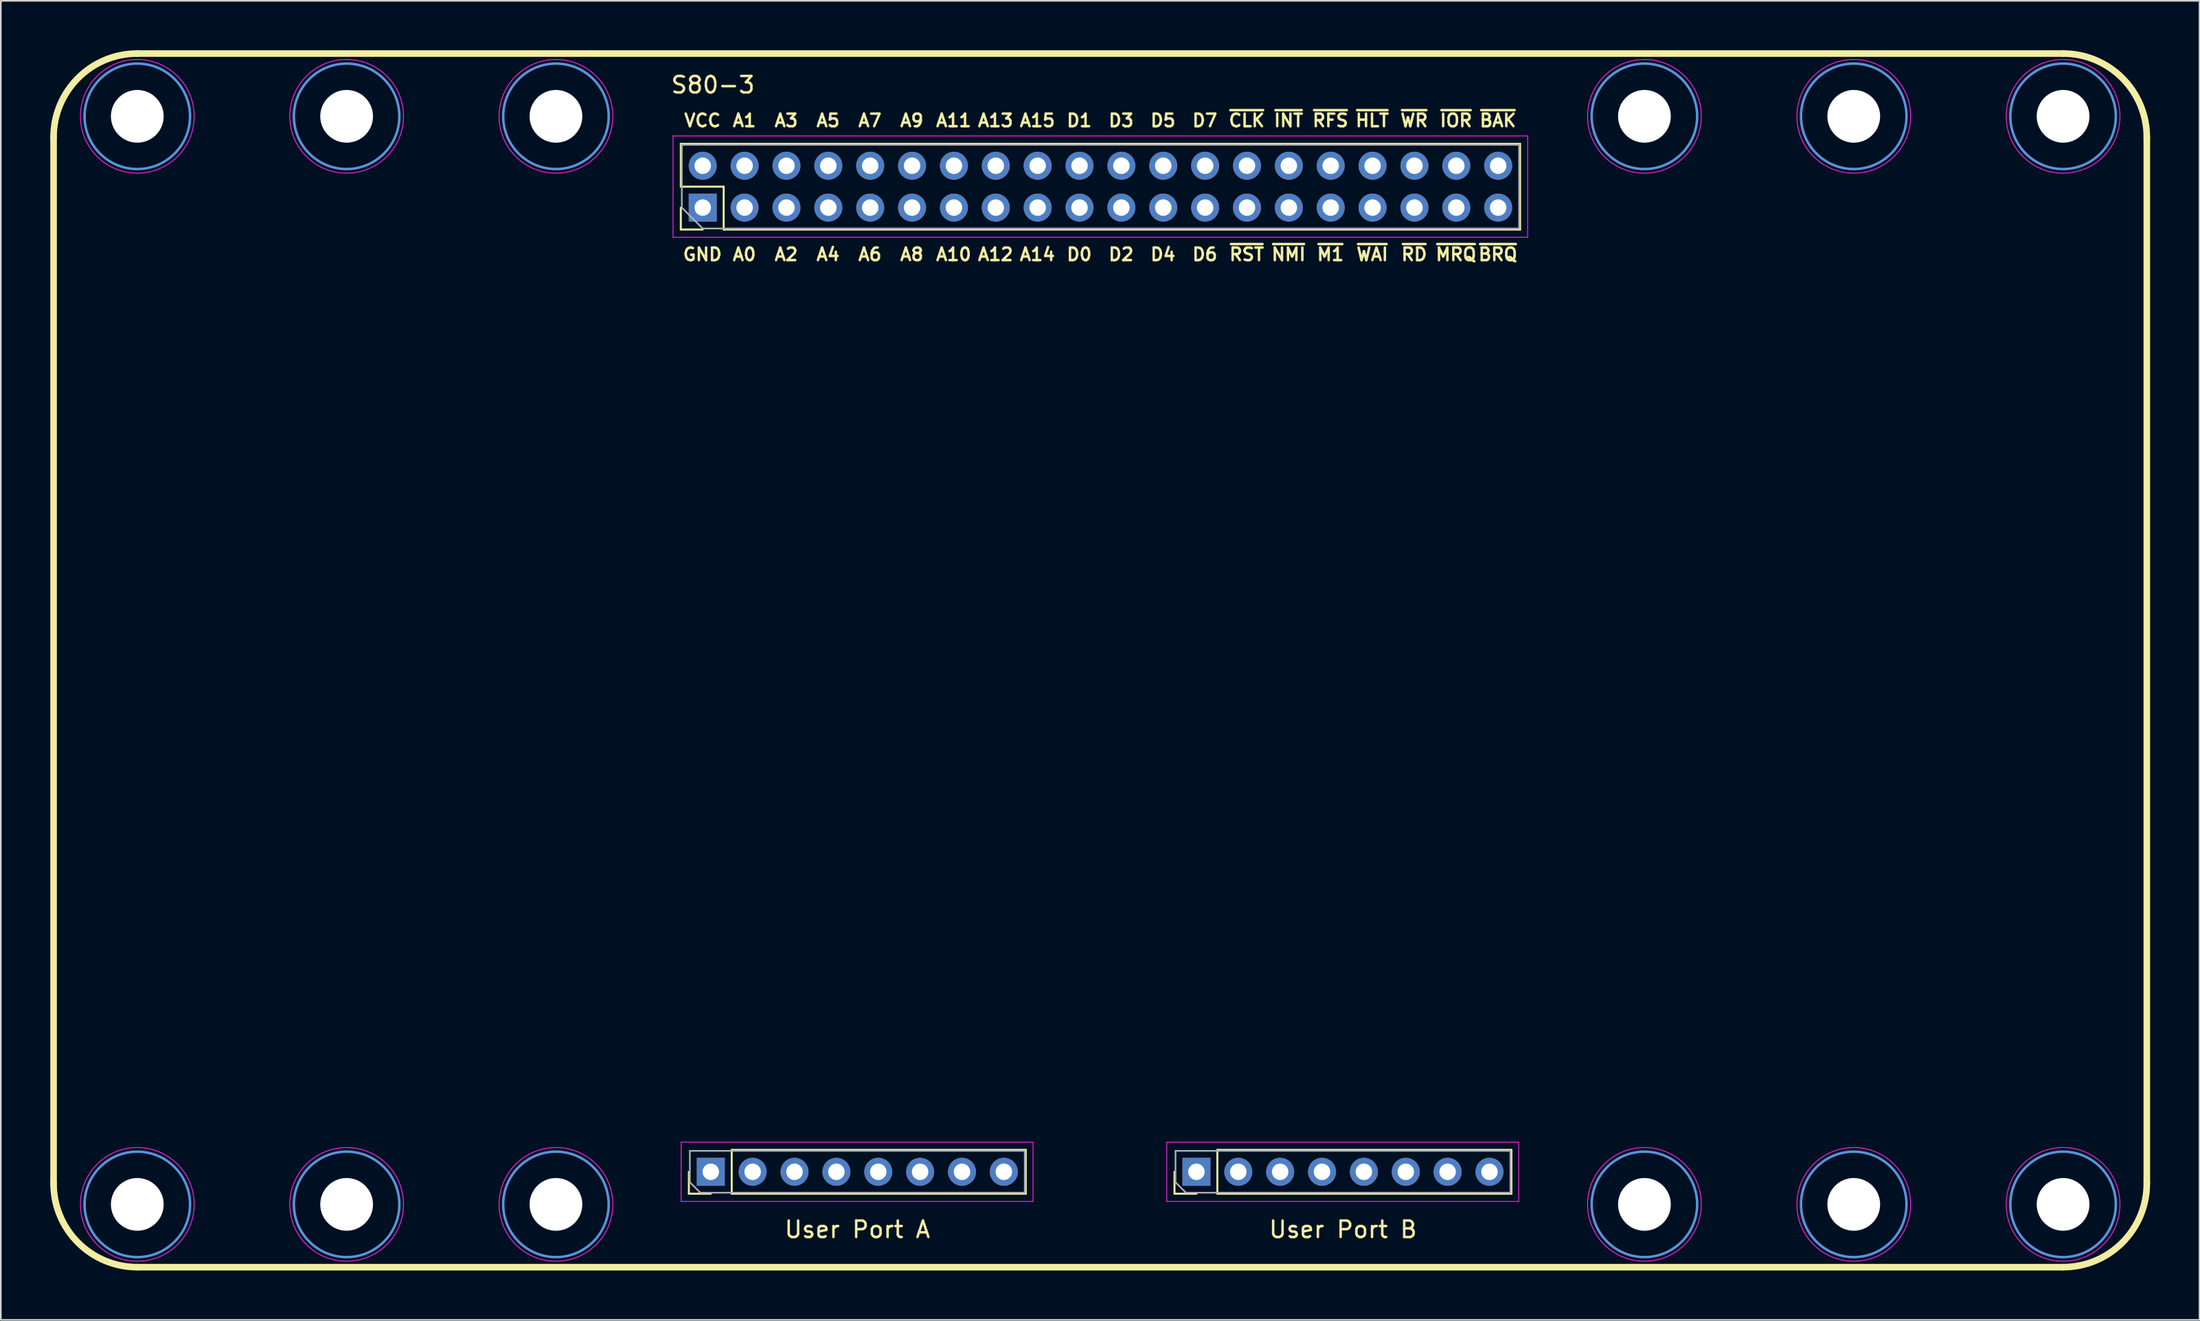
<source format=kicad_pcb>
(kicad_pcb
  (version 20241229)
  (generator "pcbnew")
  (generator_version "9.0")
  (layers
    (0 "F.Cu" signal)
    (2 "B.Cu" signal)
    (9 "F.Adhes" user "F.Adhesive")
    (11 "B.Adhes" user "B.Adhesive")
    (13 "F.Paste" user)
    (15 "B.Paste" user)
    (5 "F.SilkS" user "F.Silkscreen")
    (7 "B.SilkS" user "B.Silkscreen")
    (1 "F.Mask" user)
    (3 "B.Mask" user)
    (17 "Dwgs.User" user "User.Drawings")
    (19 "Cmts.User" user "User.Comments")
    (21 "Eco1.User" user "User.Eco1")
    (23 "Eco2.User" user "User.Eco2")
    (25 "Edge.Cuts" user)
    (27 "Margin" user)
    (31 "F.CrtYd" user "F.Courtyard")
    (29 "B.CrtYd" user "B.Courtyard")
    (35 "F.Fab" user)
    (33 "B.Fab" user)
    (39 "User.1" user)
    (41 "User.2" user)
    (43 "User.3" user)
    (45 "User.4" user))
  (footprint "S80-3"
    (layer "F.Cu")
    (at 63.7 37.03)
    (property "Reference" "S80-3" (at -23.495 -34.925 0) (layer "F.SilkS") (effects (font (size 1 1) (thickness 0.15))))
    (attr through_hole)
    (fp_line (start -63.5 -31.75) (end -63.5 31.75) (stroke (width 0.4) (type solid)) (layer "F.SilkS"))
    (fp_line (start -58.42 -36.83) (end 58.42 -36.83) (stroke (width 0.4) (type solid)) (layer "F.SilkS"))
    (fp_line (start -58.42 36.83) (end 58.42 36.83) (stroke (width 0.4) (type solid)) (layer "F.SilkS"))
    (fp_line (start -25.444 -31.35) (end 25.476 -31.35) (stroke (width 0.12) (type solid)) (layer "F.SilkS"))
    (fp_line (start -25.444 -28.75) (end -25.444 -31.35) (stroke (width 0.12) (type solid)) (layer "F.SilkS"))
    (fp_line (start -25.444 -26.15) (end -25.444 -27.48) (stroke (width 0.12) (type solid)) (layer "F.SilkS"))
    (fp_line (start -24.955 32.372) (end -24.955 31.042) (stroke (width 0.12) (type solid)) (layer "F.SilkS"))
    (fp_line (start -24.114 -26.15) (end -25.444 -26.15) (stroke (width 0.12) (type solid)) (layer "F.SilkS"))
    (fp_line (start -23.625 32.372) (end -24.955 32.372) (stroke (width 0.12) (type solid)) (layer "F.SilkS"))
    (fp_line (start -22.844 -28.75) (end -25.444 -28.75) (stroke (width 0.12) (type solid)) (layer "F.SilkS"))
    (fp_line (start -22.844 -26.15) (end -22.844 -28.75) (stroke (width 0.12) (type solid)) (layer "F.SilkS"))
    (fp_line (start -22.844 -26.15) (end 25.476 -26.15) (stroke (width 0.12) (type solid)) (layer "F.SilkS"))
    (fp_line (start -22.355 29.712) (end -4.515 29.712) (stroke (width 0.12) (type solid)) (layer "F.SilkS"))
    (fp_line (start -22.355 32.372) (end -22.355 29.712) (stroke (width 0.12) (type solid)) (layer "F.SilkS"))
    (fp_line (start -22.355 32.372) (end -4.515 32.372) (stroke (width 0.12) (type solid)) (layer "F.SilkS"))
    (fp_line (start -4.515 32.372) (end -4.515 29.712) (stroke (width 0.12) (type solid)) (layer "F.SilkS"))
    (fp_line (start 4.509 32.372) (end 4.509 31.042) (stroke (width 0.12) (type solid)) (layer "F.SilkS"))
    (fp_line (start 5.839 32.372) (end 4.509 32.372) (stroke (width 0.12) (type solid)) (layer "F.SilkS"))
    (fp_line (start 7.109 29.712) (end 24.949 29.712) (stroke (width 0.12) (type solid)) (layer "F.SilkS"))
    (fp_line (start 7.109 32.372) (end 7.109 29.712) (stroke (width 0.12) (type solid)) (layer "F.SilkS"))
    (fp_line (start 7.109 32.372) (end 24.949 32.372) (stroke (width 0.12) (type solid)) (layer "F.SilkS"))
    (fp_line (start 24.949 32.372) (end 24.949 29.712) (stroke (width 0.12) (type solid)) (layer "F.SilkS"))
    (fp_line (start 25.476 -26.15) (end 25.476 -31.35) (stroke (width 0.12) (type solid)) (layer "F.SilkS"))
    (fp_line (start 63.5 -31.75) (end 63.5 31.75) (stroke (width 0.4) (type solid)) (layer "F.SilkS"))
    (fp_arc (start -63.5 -31.75) (mid -62.012102 -35.342102) (end -58.42 -36.83) (stroke (width 0.4) (type solid)) (layer "F.SilkS"))
    (fp_arc (start -58.42 36.83) (mid -62.012102 35.342102) (end -63.5 31.75) (stroke (width 0.4) (type solid)) (layer "F.SilkS"))
    (fp_arc (start 58.42 -36.83) (mid 62.012102 -35.342102) (end 63.5 -31.75) (stroke (width 0.4) (type solid)) (layer "F.SilkS"))
    (fp_arc (start 63.5 31.75) (mid 62.012102 35.342102) (end 58.42 36.83) (stroke (width 0.4) (type solid)) (layer "F.SilkS"))
    (fp_circle (center -58.42 -33.02) (end -55.22 -33.02) (stroke (width 0.15) (type solid)) (fill no) (layer "Cmts.User"))
    (fp_circle (center -58.42 33.02) (end -55.22 33.02) (stroke (width 0.15) (type solid)) (fill no) (layer "Cmts.User"))
    (fp_circle (center -45.72 -33.02) (end -42.52 -33.02) (stroke (width 0.15) (type solid)) (fill no) (layer "Cmts.User"))
    (fp_circle (center -45.72 33.02) (end -42.52 33.02) (stroke (width 0.15) (type solid)) (fill no) (layer "Cmts.User"))
    (fp_circle (center -33.02 -33.02) (end -29.82 -33.02) (stroke (width 0.15) (type solid)) (fill no) (layer "Cmts.User"))
    (fp_circle (center -33.02 33.02) (end -29.82 33.02) (stroke (width 0.15) (type solid)) (fill no) (layer "Cmts.User"))
    (fp_circle (center 33.02 -33.02) (end 36.22 -33.02) (stroke (width 0.15) (type solid)) (fill no) (layer "Cmts.User"))
    (fp_circle (center 33.02 33.02) (end 36.22 33.02) (stroke (width 0.15) (type solid)) (fill no) (layer "Cmts.User"))
    (fp_circle (center 45.72 -33.02) (end 48.92 -33.02) (stroke (width 0.15) (type solid)) (fill no) (layer "Cmts.User"))
    (fp_circle (center 45.72 33.02) (end 48.92 33.02) (stroke (width 0.15) (type solid)) (fill no) (layer "Cmts.User"))
    (fp_circle (center 58.42 -33.02) (end 61.62 -33.02) (stroke (width 0.15) (type solid)) (fill no) (layer "Cmts.User"))
    (fp_circle (center 58.42 33.02) (end 61.62 33.02) (stroke (width 0.15) (type solid)) (fill no) (layer "Cmts.User"))
    (fp_line (start -25.914 -31.83) (end -25.914 -25.68) (stroke (width 0.05) (type solid)) (layer "F.CrtYd"))
    (fp_line (start -25.914 -25.68) (end 25.936 -25.68) (stroke (width 0.05) (type solid)) (layer "F.CrtYd"))
    (fp_line (start -25.425 29.242) (end -25.425 32.842) (stroke (width 0.05) (type solid)) (layer "F.CrtYd"))
    (fp_line (start -25.425 32.842) (end -4.075 32.842) (stroke (width 0.05) (type solid)) (layer "F.CrtYd"))
    (fp_line (start -4.075 29.242) (end -25.425 29.242) (stroke (width 0.05) (type solid)) (layer "F.CrtYd"))
    (fp_line (start -4.075 32.842) (end -4.075 29.242) (stroke (width 0.05) (type solid)) (layer "F.CrtYd"))
    (fp_line (start 4.039 29.242) (end 4.039 32.842) (stroke (width 0.05) (type solid)) (layer "F.CrtYd"))
    (fp_line (start 4.039 32.842) (end 25.389 32.842) (stroke (width 0.05) (type solid)) (layer "F.CrtYd"))
    (fp_line (start 25.389 29.242) (end 4.039 29.242) (stroke (width 0.05) (type solid)) (layer "F.CrtYd"))
    (fp_line (start 25.389 32.842) (end 25.389 29.242) (stroke (width 0.05) (type solid)) (layer "F.CrtYd"))
    (fp_line (start 25.936 -31.83) (end -25.914 -31.83) (stroke (width 0.05) (type solid)) (layer "F.CrtYd"))
    (fp_line (start 25.936 -25.68) (end 25.936 -31.83) (stroke (width 0.05) (type solid)) (layer "F.CrtYd"))
    (fp_circle (center -58.42 -33.02) (end -54.97 -33.02) (stroke (width 0.05) (type solid)) (fill no) (layer "F.CrtYd"))
    (fp_circle (center -58.42 33.02) (end -54.97 33.02) (stroke (width 0.05) (type solid)) (fill no) (layer "F.CrtYd"))
    (fp_circle (center -45.72 -33.02) (end -42.27 -33.02) (stroke (width 0.05) (type solid)) (fill no) (layer "F.CrtYd"))
    (fp_circle (center -45.72 33.02) (end -42.27 33.02) (stroke (width 0.05) (type solid)) (fill no) (layer "F.CrtYd"))
    (fp_circle (center -33.02 -33.02) (end -29.57 -33.02) (stroke (width 0.05) (type solid)) (fill no) (layer "F.CrtYd"))
    (fp_circle (center -33.02 33.02) (end -29.57 33.02) (stroke (width 0.05) (type solid)) (fill no) (layer "F.CrtYd"))
    (fp_circle (center 33.02 -33.02) (end 36.47 -33.02) (stroke (width 0.05) (type solid)) (fill no) (layer "F.CrtYd"))
    (fp_circle (center 33.02 33.02) (end 36.47 33.02) (stroke (width 0.05) (type solid)) (fill no) (layer "F.CrtYd"))
    (fp_circle (center 45.72 -33.02) (end 49.17 -33.02) (stroke (width 0.05) (type solid)) (fill no) (layer "F.CrtYd"))
    (fp_circle (center 45.72 33.02) (end 49.17 33.02) (stroke (width 0.05) (type solid)) (fill no) (layer "F.CrtYd"))
    (fp_circle (center 58.42 -33.02) (end 61.87 -33.02) (stroke (width 0.05) (type solid)) (fill no) (layer "F.CrtYd"))
    (fp_circle (center 58.42 33.02) (end 61.87 33.02) (stroke (width 0.05) (type solid)) (fill no) (layer "F.CrtYd"))
    (fp_line (start -25.384 -31.29) (end 25.416 -31.29) (stroke (width 0.1) (type solid)) (layer "F.Fab"))
    (fp_line (start -25.384 -27.48) (end -25.384 -31.29) (stroke (width 0.1) (type solid)) (layer "F.Fab"))
    (fp_line (start -24.895 29.772) (end -4.575 29.772) (stroke (width 0.1) (type solid)) (layer "F.Fab"))
    (fp_line (start -24.895 31.677) (end -24.895 29.772) (stroke (width 0.1) (type solid)) (layer "F.Fab"))
    (fp_line (start -24.26 32.312) (end -24.895 31.677) (stroke (width 0.1) (type solid)) (layer "F.Fab"))
    (fp_line (start -24.114 -26.21) (end -25.384 -27.48) (stroke (width 0.1) (type solid)) (layer "F.Fab"))
    (fp_line (start -4.575 29.772) (end -4.575 32.312) (stroke (width 0.1) (type solid)) (layer "F.Fab"))
    (fp_line (start -4.575 32.312) (end -24.26 32.312) (stroke (width 0.1) (type solid)) (layer "F.Fab"))
    (fp_line (start 4.569 29.772) (end 24.889 29.772) (stroke (width 0.1) (type solid)) (layer "F.Fab"))
    (fp_line (start 4.569 31.677) (end 4.569 29.772) (stroke (width 0.1) (type solid)) (layer "F.Fab"))
    (fp_line (start 5.204 32.312) (end 4.569 31.677) (stroke (width 0.1) (type solid)) (layer "F.Fab"))
    (fp_line (start 24.889 29.772) (end 24.889 32.312) (stroke (width 0.1) (type solid)) (layer "F.Fab"))
    (fp_line (start 24.889 32.312) (end 5.204 32.312) (stroke (width 0.1) (type solid)) (layer "F.Fab"))
    (fp_line (start 25.416 -31.29) (end 25.416 -26.21) (stroke (width 0.1) (type solid)) (layer "F.Fab"))
    (fp_line (start 25.416 -26.21) (end -24.114 -26.21) (stroke (width 0.1) (type solid)) (layer "F.Fab"))
    (fp_text user "GND" (at -24.13 -24.638 0) (layer "F.SilkS") (effects (font (size 0.762 0.762) (thickness 0.15))))
    (fp_text user "D5" (at 3.81 -32.766 0) (layer "F.SilkS") (effects (font (size 0.762 0.762) (thickness 0.15))))
    (fp_text user "A4" (at -16.51 -24.638 0) (layer "F.SilkS") (effects (font (size 0.762 0.762) (thickness 0.15))))
    (fp_text user "A12" (at -6.35 -24.638 0) (layer "F.SilkS") (effects (font (size 0.762 0.762) (thickness 0.15))))
    (fp_text user "D6" (at 6.35 -24.638 0) (layer "F.SilkS") (effects (font (size 0.762 0.762) (thickness 0.15))))
    (fp_text user "D0" (at -1.27 -24.638 0) (layer "F.SilkS") (effects (font (size 0.762 0.762) (thickness 0.15))))
    (fp_text user "~{WAI}" (at 16.51 -24.638 0) (layer "F.SilkS") (effects (font (size 0.762 0.762) (thickness 0.15))))
    (fp_text user "A6" (at -13.97 -24.638 0) (layer "F.SilkS") (effects (font (size 0.762 0.762) (thickness 0.15))))
    (fp_text user "D4" (at 3.81 -24.638 0) (layer "F.SilkS") (effects (font (size 0.762 0.762) (thickness 0.15))))
    (fp_text user "A14" (at -3.81 -24.638 0) (layer "F.SilkS") (effects (font (size 0.762 0.762) (thickness 0.15))))
    (fp_text user "A13" (at -6.35 -32.766 0) (layer "F.SilkS") (effects (font (size 0.762 0.762) (thickness 0.15))))
    (fp_text user "A2" (at -19.05 -24.638 0) (layer "F.SilkS") (effects (font (size 0.762 0.762) (thickness 0.15))))
    (fp_text user "~{BAK}" (at 24.13 -32.766 0) (layer "F.SilkS") (effects (font (size 0.762 0.762) (thickness 0.15))))
    (fp_text user "~{NMI}" (at 11.43 -24.638 0) (layer "F.SilkS") (effects (font (size 0.762 0.762) (thickness 0.15))))
    (fp_text user "D7" (at 6.35 -32.766 0) (layer "F.SilkS") (effects (font (size 0.762 0.762) (thickness 0.15))))
    (fp_text user "~{INT}" (at 11.43 -32.766 0) (layer "F.SilkS") (effects (font (size 0.762 0.762) (thickness 0.15))))
    (fp_text user "~{RST}" (at 8.89 -24.638 0) (layer "F.SilkS") (effects (font (size 0.762 0.762) (thickness 0.15))))
    (fp_text user "A3" (at -19.05 -32.766 0) (layer "F.SilkS") (effects (font (size 0.762 0.762) (thickness 0.15))))
    (fp_text user "~{M1}" (at 13.97 -24.638 0) (layer "F.SilkS") (effects (font (size 0.762 0.762) (thickness 0.15))))
    (fp_text user "~{WR}" (at 19.05 -32.766 0) (layer "F.SilkS") (effects (font (size 0.762 0.762) (thickness 0.15))))
    (fp_text user "VCC" (at -24.13 -32.766 0) (layer "F.SilkS") (effects (font (size 0.762 0.762) (thickness 0.15))))
    (fp_text user "A5" (at -16.51 -32.766 0) (layer "F.SilkS") (effects (font (size 0.762 0.762) (thickness 0.15))))
    (fp_text user "A10" (at -8.89 -24.638 0) (layer "F.SilkS") (effects (font (size 0.762 0.762) (thickness 0.15))))
    (fp_text user "~{HLT}" (at 16.51 -32.766 0) (layer "F.SilkS") (effects (font (size 0.762 0.762) (thickness 0.15))))
    (fp_text user "~{BRQ}" (at 24.13 -24.638 0) (layer "F.SilkS") (effects (font (size 0.762 0.762) (thickness 0.15))))
    (fp_text user "A11" (at -8.89 -32.766 0) (layer "F.SilkS") (effects (font (size 0.762 0.762) (thickness 0.15))))
    (fp_text user "A7" (at -13.97 -32.766 0) (layer "F.SilkS") (effects (font (size 0.762 0.762) (thickness 0.15))))
    (fp_text user "~{RFS}" (at 13.97 -32.766 0) (layer "F.SilkS") (effects (font (size 0.762 0.762) (thickness 0.15))))
    (fp_text user "A9" (at -11.43 -32.766 0) (layer "F.SilkS") (effects (font (size 0.762 0.762) (thickness 0.15))))
    (fp_text user "User Port B" (at 14.732 34.544 0) (layer "F.SilkS") (effects (font (size 1 1) (thickness 0.15))))
    (fp_text user "D2" (at 1.27 -24.638 0) (layer "F.SilkS") (effects (font (size 0.762 0.762) (thickness 0.15))))
    (fp_text user "~{RD}" (at 19.05 -24.638 0) (layer "F.SilkS") (effects (font (size 0.762 0.762) (thickness 0.15))))
    (fp_text user "~{CLK}" (at 8.89 -32.766 0) (layer "F.SilkS") (effects (font (size 0.762 0.762) (thickness 0.15))))
    (fp_text user "D3" (at 1.27 -32.766 0) (layer "F.SilkS") (effects (font (size 0.762 0.762) (thickness 0.15))))
    (fp_text user "User Port A" (at -14.732 34.544 0) (layer "F.SilkS") (effects (font (size 1 1) (thickness 0.15))))
    (fp_text user "~{MRQ}" (at 21.59 -24.638 0) (layer "F.SilkS") (effects (font (size 0.762 0.762) (thickness 0.15))))
    (fp_text user "A8" (at -11.43 -24.638 0) (layer "F.SilkS") (effects (font (size 0.762 0.762) (thickness 0.15))))
    (fp_text user "~{IOR}" (at 21.59 -32.766 0) (layer "F.SilkS") (effects (font (size 0.762 0.762) (thickness 0.15))))
    (fp_text user "A15" (at -3.81 -32.766 0) (layer "F.SilkS") (effects (font (size 0.762 0.762) (thickness 0.15))))
    (fp_text user "D1" (at -1.27 -32.766 0) (layer "F.SilkS") (effects (font (size 0.762 0.762) (thickness 0.15))))
    (fp_text user "A0" (at -21.59 -24.638 0) (layer "F.SilkS") (effects (font (size 0.762 0.762) (thickness 0.15))))
    (fp_text user "A1" (at -21.59 -32.766 0) (layer "F.SilkS") (effects (font (size 0.762 0.762) (thickness 0.15))))
    (pad "" np_thru_hole circle (at -58.42 -33.02) (size 3.2 3.2) (drill 3.2) (layers "*.Cu" "*.Mask"))
    (pad "" np_thru_hole circle (at -58.42 33.02) (size 3.2 3.2) (drill 3.2) (layers "*.Cu" "*.Mask"))
    (pad "" np_thru_hole circle (at -45.72 -33.02) (size 3.2 3.2) (drill 3.2) (layers "*.Cu" "*.Mask"))
    (pad "" np_thru_hole circle (at -45.72 33.02) (size 3.2 3.2) (drill 3.2) (layers "*.Cu" "*.Mask"))
    (pad "" np_thru_hole circle (at -33.02 -33.02) (size 3.2 3.2) (drill 3.2) (layers "*.Cu" "*.Mask"))
    (pad "" np_thru_hole circle (at -33.02 33.02) (size 3.2 3.2) (drill 3.2) (layers "*.Cu" "*.Mask"))
    (pad "" np_thru_hole circle (at 33.02 -33.02) (size 3.2 3.2) (drill 3.2) (layers "*.Cu" "*.Mask"))
    (pad "" np_thru_hole circle (at 33.02 33.02) (size 3.2 3.2) (drill 3.2) (layers "*.Cu" "*.Mask"))
    (pad "" np_thru_hole circle (at 45.72 -33.02) (size 3.2 3.2) (drill 3.2) (layers "*.Cu" "*.Mask"))
    (pad "" np_thru_hole circle (at 45.72 33.02) (size 3.2 3.2) (drill 3.2) (layers "*.Cu" "*.Mask"))
    (pad "" np_thru_hole circle (at 58.42 -33.02) (size 3.2 3.2) (drill 3.2) (layers "*.Cu" "*.Mask"))
    (pad "" np_thru_hole circle (at 58.42 33.02) (size 3.2 3.2) (drill 3.2) (layers "*.Cu" "*.Mask"))
    (pad "1" thru_hole rect (at -24.114 -27.48 90) (size 1.7 1.7) (drill 1) (layers "*.Cu" "*.Mask"))
    (pad "2" thru_hole oval (at -24.114 -30.02 90) (size 1.7 1.7) (drill 1) (layers "*.Cu" "*.Mask"))
    (pad "3" thru_hole oval (at -21.574 -27.48 90) (size 1.7 1.7) (drill 1) (layers "*.Cu" "*.Mask"))
    (pad "4" thru_hole oval (at -21.574 -30.02 90) (size 1.7 1.7) (drill 1) (layers "*.Cu" "*.Mask"))
    (pad "5" thru_hole oval (at -19.034 -27.48 90) (size 1.7 1.7) (drill 1) (layers "*.Cu" "*.Mask"))
    (pad "6" thru_hole oval (at -19.034 -30.02 90) (size 1.7 1.7) (drill 1) (layers "*.Cu" "*.Mask"))
    (pad "7" thru_hole oval (at -16.494 -27.48 90) (size 1.7 1.7) (drill 1) (layers "*.Cu" "*.Mask"))
    (pad "8" thru_hole oval (at -16.494 -30.02 90) (size 1.7 1.7) (drill 1) (layers "*.Cu" "*.Mask"))
    (pad "9" thru_hole oval (at -13.954 -27.48 90) (size 1.7 1.7) (drill 1) (layers "*.Cu" "*.Mask"))
    (pad "10" thru_hole oval (at -13.954 -30.02 90) (size 1.7 1.7) (drill 1) (layers "*.Cu" "*.Mask"))
    (pad "11" thru_hole oval (at -11.414 -27.48 90) (size 1.7 1.7) (drill 1) (layers "*.Cu" "*.Mask"))
    (pad "12" thru_hole oval (at -11.414 -30.02 90) (size 1.7 1.7) (drill 1) (layers "*.Cu" "*.Mask"))
    (pad "13" thru_hole oval (at -8.874 -27.48 90) (size 1.7 1.7) (drill 1) (layers "*.Cu" "*.Mask"))
    (pad "14" thru_hole oval (at -8.874 -30.02 90) (size 1.7 1.7) (drill 1) (layers "*.Cu" "*.Mask"))
    (pad "15" thru_hole oval (at -6.334 -27.48 90) (size 1.7 1.7) (drill 1) (layers "*.Cu" "*.Mask"))
    (pad "16" thru_hole oval (at -6.334 -30.02 90) (size 1.7 1.7) (drill 1) (layers "*.Cu" "*.Mask"))
    (pad "17" thru_hole oval (at -3.794 -27.48 90) (size 1.7 1.7) (drill 1) (layers "*.Cu" "*.Mask"))
    (pad "18" thru_hole oval (at -3.794 -30.02 90) (size 1.7 1.7) (drill 1) (layers "*.Cu" "*.Mask"))
    (pad "19" thru_hole oval (at -1.254 -27.48 90) (size 1.7 1.7) (drill 1) (layers "*.Cu" "*.Mask"))
    (pad "20" thru_hole oval (at -1.254 -30.02 90) (size 1.7 1.7) (drill 1) (layers "*.Cu" "*.Mask"))
    (pad "21" thru_hole oval (at 1.286 -27.48 90) (size 1.7 1.7) (drill 1) (layers "*.Cu" "*.Mask"))
    (pad "22" thru_hole oval (at 1.286 -30.02 90) (size 1.7 1.7) (drill 1) (layers "*.Cu" "*.Mask"))
    (pad "23" thru_hole oval (at 3.826 -27.48 90) (size 1.7 1.7) (drill 1) (layers "*.Cu" "*.Mask"))
    (pad "24" thru_hole oval (at 3.826 -30.02 90) (size 1.7 1.7) (drill 1) (layers "*.Cu" "*.Mask"))
    (pad "25" thru_hole oval (at 6.366 -27.48 90) (size 1.7 1.7) (drill 1) (layers "*.Cu" "*.Mask"))
    (pad "26" thru_hole oval (at 6.366 -30.02 90) (size 1.7 1.7) (drill 1) (layers "*.Cu" "*.Mask"))
    (pad "27" thru_hole oval (at 8.906 -27.48 90) (size 1.7 1.7) (drill 1) (layers "*.Cu" "*.Mask"))
    (pad "28" thru_hole oval (at 8.906 -30.02 90) (size 1.7 1.7) (drill 1) (layers "*.Cu" "*.Mask"))
    (pad "29" thru_hole oval (at 11.446 -27.48 90) (size 1.7 1.7) (drill 1) (layers "*.Cu" "*.Mask"))
    (pad "30" thru_hole oval (at 11.446 -30.02 90) (size 1.7 1.7) (drill 1) (layers "*.Cu" "*.Mask"))
    (pad "31" thru_hole oval (at 13.986 -27.48 90) (size 1.7 1.7) (drill 1) (layers "*.Cu" "*.Mask"))
    (pad "32" thru_hole oval (at 13.986 -30.02 90) (size 1.7 1.7) (drill 1) (layers "*.Cu" "*.Mask"))
    (pad "33" thru_hole oval (at 16.526 -27.48 90) (size 1.7 1.7) (drill 1) (layers "*.Cu" "*.Mask"))
    (pad "34" thru_hole oval (at 16.526 -30.02 90) (size 1.7 1.7) (drill 1) (layers "*.Cu" "*.Mask"))
    (pad "35" thru_hole oval (at 19.066 -27.48 90) (size 1.7 1.7) (drill 1) (layers "*.Cu" "*.Mask"))
    (pad "36" thru_hole oval (at 19.066 -30.02 90) (size 1.7 1.7) (drill 1) (layers "*.Cu" "*.Mask"))
    (pad "37" thru_hole oval (at 21.606 -27.48 90) (size 1.7 1.7) (drill 1) (layers "*.Cu" "*.Mask"))
    (pad "38" thru_hole oval (at 21.606 -30.02 90) (size 1.7 1.7) (drill 1) (layers "*.Cu" "*.Mask"))
    (pad "39" thru_hole oval (at 24.146 -27.48 90) (size 1.7 1.7) (drill 1) (layers "*.Cu" "*.Mask"))
    (pad "40" thru_hole oval (at 24.146 -30.02 90) (size 1.7 1.7) (drill 1) (layers "*.Cu" "*.Mask"))
    (pad "41" thru_hole rect (at -23.625 31.042 90) (size 1.7 1.7) (drill 1) (layers "*.Cu" "*.Mask"))
    (pad "42" thru_hole oval (at -21.085 31.042 90) (size 1.7 1.7) (drill 1) (layers "*.Cu" "*.Mask"))
    (pad "43" thru_hole oval (at -18.545 31.042 90) (size 1.7 1.7) (drill 1) (layers "*.Cu" "*.Mask"))
    (pad "44" thru_hole oval (at -16.005 31.042 90) (size 1.7 1.7) (drill 1) (layers "*.Cu" "*.Mask"))
    (pad "45" thru_hole oval (at -13.465 31.042 90) (size 1.7 1.7) (drill 1) (layers "*.Cu" "*.Mask"))
    (pad "46" thru_hole oval (at -10.925 31.042 90) (size 1.7 1.7) (drill 1) (layers "*.Cu" "*.Mask"))
    (pad "47" thru_hole oval (at -8.385 31.042 90) (size 1.7 1.7) (drill 1) (layers "*.Cu" "*.Mask"))
    (pad "48" thru_hole oval (at -5.845 31.042 90) (size 1.7 1.7) (drill 1) (layers "*.Cu" "*.Mask"))
    (pad "49" thru_hole rect (at 5.839 31.042 90) (size 1.7 1.7) (drill 1) (layers "*.Cu" "*.Mask"))
    (pad "50" thru_hole oval (at 8.379 31.042 90) (size 1.7 1.7) (drill 1) (layers "*.Cu" "*.Mask"))
    (pad "51" thru_hole oval (at 10.919 31.042 90) (size 1.7 1.7) (drill 1) (layers "*.Cu" "*.Mask"))
    (pad "52" thru_hole oval (at 13.459 31.042 90) (size 1.7 1.7) (drill 1) (layers "*.Cu" "*.Mask"))
    (pad "53" thru_hole oval (at 15.999 31.042 90) (size 1.7 1.7) (drill 1) (layers "*.Cu" "*.Mask"))
    (pad "54" thru_hole oval (at 18.539 31.042 90) (size 1.7 1.7) (drill 1) (layers "*.Cu" "*.Mask"))
    (pad "55" thru_hole oval (at 21.079 31.042 90) (size 1.7 1.7) (drill 1) (layers "*.Cu" "*.Mask"))
    (pad "56" thru_hole oval (at 23.619 31.042 90) (size 1.7 1.7) (drill 1) (layers "*.Cu" "*.Mask")))
  (gr_rect
    (start -3 -3)
    (end 130.4 77.06)
    (stroke (width 0.1) (type default))
    (fill no)
    (layer "Edge.Cuts")))
</source>
